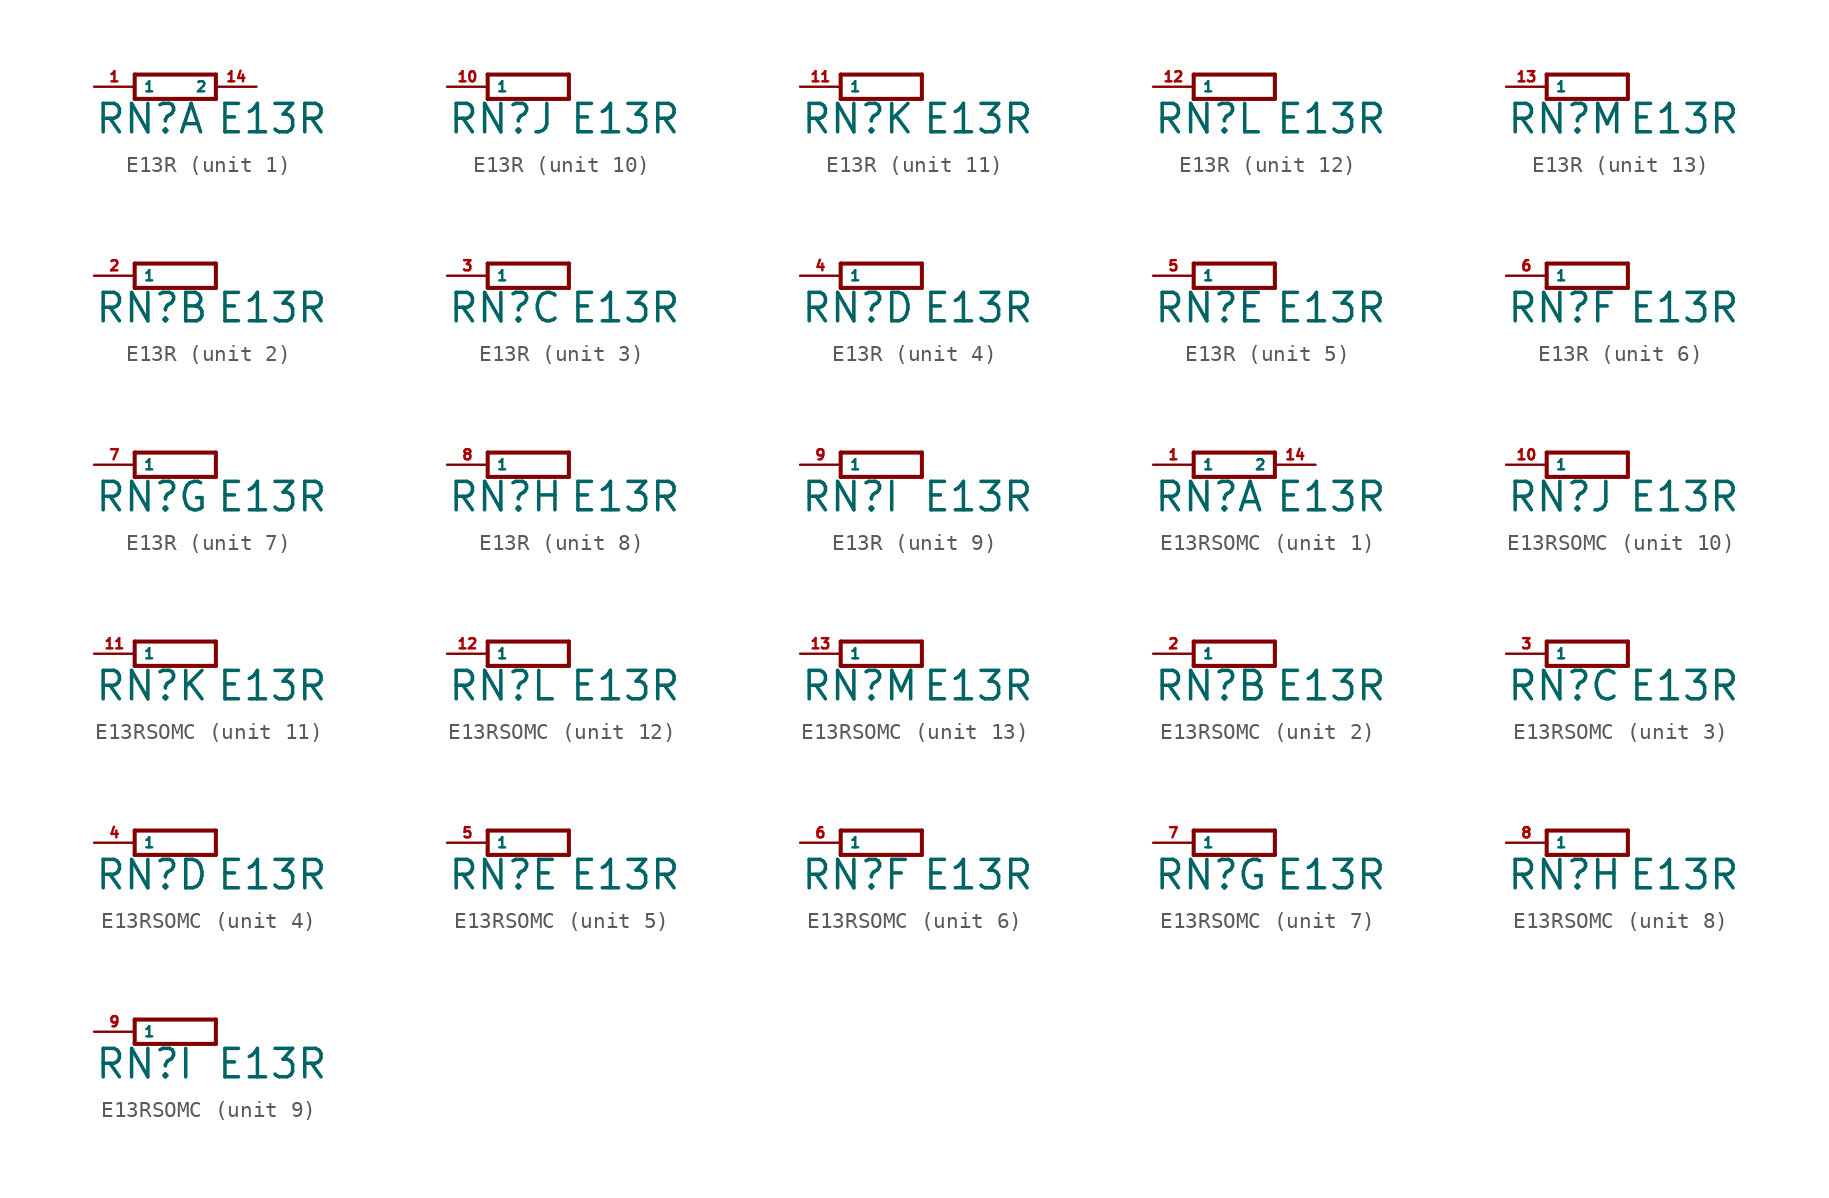
<source format=kicad_sym>
(kicad_symbol_lib
  (version 20220914)
  (generator Eagle2Kicad)
  (symbol "E13R"
    (property "Reference" "RN"
      (at -5.08 -3.048 0)
      (effects (font (size 1.778 1.778) (thickness 0.22)) (justify left bottom)))
    (property "Value" "E13R"
      (at 2.54 -3.048 0)
      (effects (font (size 1.778 1.778) (thickness 0.22)) (justify left bottom)))
    (symbol "E13R_1_0"
      (polyline (pts (xy -2.54 -0.762) (xy 2.54 -0.762)) (stroke (width 0.254) (type default)) (fill (type none)))
      (polyline (pts (xy 2.54 0.762) (xy -2.54 0.762)) (stroke (width 0.254) (type default)) (fill (type none)))
      (polyline (pts (xy 2.54 -0.762) (xy 2.54 0.762)) (stroke (width 0.254) (type default)) (fill (type none)))
      (polyline (pts (xy -2.54 0.762) (xy -2.54 -0.762)) (stroke (width 0.254) (type default)) (fill (type none)))
      (pin passive line (at -5.08 0 0) (length 2.54) (name "1" (effects (font (size 0.635 0.635) (thickness 0.08)) (justify left bottom))) (number "1" (effects (font (size 0.635 0.635) (thickness 0.08)) (justify left bottom))))
      (pin passive line (at 5.08 0 180) (length 2.54) (name "2" (effects (font (size 0.635 0.635) (thickness 0.08)) (justify left bottom))) (number "14" (effects (font (size 0.635 0.635) (thickness 0.08)) (justify left bottom)))))
    (symbol "E13R_2_0"
      (polyline (pts (xy -2.54 -0.762) (xy 2.54 -0.762)) (stroke (width 0.254) (type default)) (fill (type none)))
      (polyline (pts (xy 2.54 0.762) (xy -2.54 0.762)) (stroke (width 0.254) (type default)) (fill (type none)))
      (polyline (pts (xy 2.54 -0.762) (xy 2.54 0.762)) (stroke (width 0.254) (type default)) (fill (type none)))
      (polyline (pts (xy -2.54 0.762) (xy -2.54 -0.762)) (stroke (width 0.254) (type default)) (fill (type none)))
      (pin passive line (at -5.08 0 0) (length 2.54) (name "1" (effects (font (size 0.635 0.635) (thickness 0.08)) (justify left bottom))) (number "2" (effects (font (size 0.635 0.635) (thickness 0.08)) (justify left bottom)))))
    (symbol "E13R_3_0"
      (polyline (pts (xy -2.54 -0.762) (xy 2.54 -0.762)) (stroke (width 0.254) (type default)) (fill (type none)))
      (polyline (pts (xy 2.54 0.762) (xy -2.54 0.762)) (stroke (width 0.254) (type default)) (fill (type none)))
      (polyline (pts (xy 2.54 -0.762) (xy 2.54 0.762)) (stroke (width 0.254) (type default)) (fill (type none)))
      (polyline (pts (xy -2.54 0.762) (xy -2.54 -0.762)) (stroke (width 0.254) (type default)) (fill (type none)))
      (pin passive line (at -5.08 0 0) (length 2.54) (name "1" (effects (font (size 0.635 0.635) (thickness 0.08)) (justify left bottom))) (number "3" (effects (font (size 0.635 0.635) (thickness 0.08)) (justify left bottom)))))
    (symbol "E13R_4_0"
      (polyline (pts (xy -2.54 -0.762) (xy 2.54 -0.762)) (stroke (width 0.254) (type default)) (fill (type none)))
      (polyline (pts (xy 2.54 0.762) (xy -2.54 0.762)) (stroke (width 0.254) (type default)) (fill (type none)))
      (polyline (pts (xy 2.54 -0.762) (xy 2.54 0.762)) (stroke (width 0.254) (type default)) (fill (type none)))
      (polyline (pts (xy -2.54 0.762) (xy -2.54 -0.762)) (stroke (width 0.254) (type default)) (fill (type none)))
      (pin passive line (at -5.08 0 0) (length 2.54) (name "1" (effects (font (size 0.635 0.635) (thickness 0.08)) (justify left bottom))) (number "4" (effects (font (size 0.635 0.635) (thickness 0.08)) (justify left bottom)))))
    (symbol "E13R_5_0"
      (polyline (pts (xy -2.54 -0.762) (xy 2.54 -0.762)) (stroke (width 0.254) (type default)) (fill (type none)))
      (polyline (pts (xy 2.54 0.762) (xy -2.54 0.762)) (stroke (width 0.254) (type default)) (fill (type none)))
      (polyline (pts (xy 2.54 -0.762) (xy 2.54 0.762)) (stroke (width 0.254) (type default)) (fill (type none)))
      (polyline (pts (xy -2.54 0.762) (xy -2.54 -0.762)) (stroke (width 0.254) (type default)) (fill (type none)))
      (pin passive line (at -5.08 0 0) (length 2.54) (name "1" (effects (font (size 0.635 0.635) (thickness 0.08)) (justify left bottom))) (number "5" (effects (font (size 0.635 0.635) (thickness 0.08)) (justify left bottom)))))
    (symbol "E13R_6_0"
      (polyline (pts (xy -2.54 -0.762) (xy 2.54 -0.762)) (stroke (width 0.254) (type default)) (fill (type none)))
      (polyline (pts (xy 2.54 0.762) (xy -2.54 0.762)) (stroke (width 0.254) (type default)) (fill (type none)))
      (polyline (pts (xy 2.54 -0.762) (xy 2.54 0.762)) (stroke (width 0.254) (type default)) (fill (type none)))
      (polyline (pts (xy -2.54 0.762) (xy -2.54 -0.762)) (stroke (width 0.254) (type default)) (fill (type none)))
      (pin passive line (at -5.08 0 0) (length 2.54) (name "1" (effects (font (size 0.635 0.635) (thickness 0.08)) (justify left bottom))) (number "6" (effects (font (size 0.635 0.635) (thickness 0.08)) (justify left bottom)))))
    (symbol "E13R_7_0"
      (polyline (pts (xy -2.54 -0.762) (xy 2.54 -0.762)) (stroke (width 0.254) (type default)) (fill (type none)))
      (polyline (pts (xy 2.54 0.762) (xy -2.54 0.762)) (stroke (width 0.254) (type default)) (fill (type none)))
      (polyline (pts (xy 2.54 -0.762) (xy 2.54 0.762)) (stroke (width 0.254) (type default)) (fill (type none)))
      (polyline (pts (xy -2.54 0.762) (xy -2.54 -0.762)) (stroke (width 0.254) (type default)) (fill (type none)))
      (pin passive line (at -5.08 0 0) (length 2.54) (name "1" (effects (font (size 0.635 0.635) (thickness 0.08)) (justify left bottom))) (number "7" (effects (font (size 0.635 0.635) (thickness 0.08)) (justify left bottom)))))
    (symbol "E13R_8_0"
      (polyline (pts (xy -2.54 -0.762) (xy 2.54 -0.762)) (stroke (width 0.254) (type default)) (fill (type none)))
      (polyline (pts (xy 2.54 0.762) (xy -2.54 0.762)) (stroke (width 0.254) (type default)) (fill (type none)))
      (polyline (pts (xy 2.54 -0.762) (xy 2.54 0.762)) (stroke (width 0.254) (type default)) (fill (type none)))
      (polyline (pts (xy -2.54 0.762) (xy -2.54 -0.762)) (stroke (width 0.254) (type default)) (fill (type none)))
      (pin passive line (at -5.08 0 0) (length 2.54) (name "1" (effects (font (size 0.635 0.635) (thickness 0.08)) (justify left bottom))) (number "8" (effects (font (size 0.635 0.635) (thickness 0.08)) (justify left bottom)))))
    (symbol "E13R_9_0"
      (polyline (pts (xy -2.54 -0.762) (xy 2.54 -0.762)) (stroke (width 0.254) (type default)) (fill (type none)))
      (polyline (pts (xy 2.54 0.762) (xy -2.54 0.762)) (stroke (width 0.254) (type default)) (fill (type none)))
      (polyline (pts (xy 2.54 -0.762) (xy 2.54 0.762)) (stroke (width 0.254) (type default)) (fill (type none)))
      (polyline (pts (xy -2.54 0.762) (xy -2.54 -0.762)) (stroke (width 0.254) (type default)) (fill (type none)))
      (pin passive line (at -5.08 0 0) (length 2.54) (name "1" (effects (font (size 0.635 0.635) (thickness 0.08)) (justify left bottom))) (number "9" (effects (font (size 0.635 0.635) (thickness 0.08)) (justify left bottom)))))
    (symbol "E13R_10_0"
      (polyline (pts (xy -2.54 -0.762) (xy 2.54 -0.762)) (stroke (width 0.254) (type default)) (fill (type none)))
      (polyline (pts (xy 2.54 0.762) (xy -2.54 0.762)) (stroke (width 0.254) (type default)) (fill (type none)))
      (polyline (pts (xy 2.54 -0.762) (xy 2.54 0.762)) (stroke (width 0.254) (type default)) (fill (type none)))
      (polyline (pts (xy -2.54 0.762) (xy -2.54 -0.762)) (stroke (width 0.254) (type default)) (fill (type none)))
      (pin passive line (at -5.08 0 0) (length 2.54) (name "1" (effects (font (size 0.635 0.635) (thickness 0.08)) (justify left bottom))) (number "10" (effects (font (size 0.635 0.635) (thickness 0.08)) (justify left bottom)))))
    (symbol "E13R_11_0"
      (polyline (pts (xy -2.54 -0.762) (xy 2.54 -0.762)) (stroke (width 0.254) (type default)) (fill (type none)))
      (polyline (pts (xy 2.54 0.762) (xy -2.54 0.762)) (stroke (width 0.254) (type default)) (fill (type none)))
      (polyline (pts (xy 2.54 -0.762) (xy 2.54 0.762)) (stroke (width 0.254) (type default)) (fill (type none)))
      (polyline (pts (xy -2.54 0.762) (xy -2.54 -0.762)) (stroke (width 0.254) (type default)) (fill (type none)))
      (pin passive line (at -5.08 0 0) (length 2.54) (name "1" (effects (font (size 0.635 0.635) (thickness 0.08)) (justify left bottom))) (number "11" (effects (font (size 0.635 0.635) (thickness 0.08)) (justify left bottom)))))
    (symbol "E13R_12_0"
      (polyline (pts (xy -2.54 -0.762) (xy 2.54 -0.762)) (stroke (width 0.254) (type default)) (fill (type none)))
      (polyline (pts (xy 2.54 0.762) (xy -2.54 0.762)) (stroke (width 0.254) (type default)) (fill (type none)))
      (polyline (pts (xy 2.54 -0.762) (xy 2.54 0.762)) (stroke (width 0.254) (type default)) (fill (type none)))
      (polyline (pts (xy -2.54 0.762) (xy -2.54 -0.762)) (stroke (width 0.254) (type default)) (fill (type none)))
      (pin passive line (at -5.08 0 0) (length 2.54) (name "1" (effects (font (size 0.635 0.635) (thickness 0.08)) (justify left bottom))) (number "12" (effects (font (size 0.635 0.635) (thickness 0.08)) (justify left bottom)))))
    (symbol "E13R_13_0"
      (polyline (pts (xy -2.54 -0.762) (xy 2.54 -0.762)) (stroke (width 0.254) (type default)) (fill (type none)))
      (polyline (pts (xy 2.54 0.762) (xy -2.54 0.762)) (stroke (width 0.254) (type default)) (fill (type none)))
      (polyline (pts (xy 2.54 -0.762) (xy 2.54 0.762)) (stroke (width 0.254) (type default)) (fill (type none)))
      (polyline (pts (xy -2.54 0.762) (xy -2.54 -0.762)) (stroke (width 0.254) (type default)) (fill (type none)))
      (pin passive line (at -5.08 0 0) (length 2.54) (name "1" (effects (font (size 0.635 0.635) (thickness 0.08)) (justify left bottom))) (number "13" (effects (font (size 0.635 0.635) (thickness 0.08)) (justify left bottom))))))
  (symbol "E13RSOMC"
    (property "Reference" "RN"
      (at -5.08 -3.048 0)
      (effects (font (size 1.778 1.778) (thickness 0.22)) (justify left bottom)))
    (property "Value" "E13R"
      (at 2.54 -3.048 0)
      (effects (font (size 1.778 1.778) (thickness 0.22)) (justify left bottom)))
    (symbol "E13RSOMC_1_0"
      (polyline (pts (xy -2.54 -0.762) (xy 2.54 -0.762)) (stroke (width 0.254) (type default)) (fill (type none)))
      (polyline (pts (xy 2.54 0.762) (xy -2.54 0.762)) (stroke (width 0.254) (type default)) (fill (type none)))
      (polyline (pts (xy 2.54 -0.762) (xy 2.54 0.762)) (stroke (width 0.254) (type default)) (fill (type none)))
      (polyline (pts (xy -2.54 0.762) (xy -2.54 -0.762)) (stroke (width 0.254) (type default)) (fill (type none)))
      (pin passive line (at -5.08 0 0) (length 2.54) (name "1" (effects (font (size 0.635 0.635) (thickness 0.08)) (justify left bottom))) (number "1" (effects (font (size 0.635 0.635) (thickness 0.08)) (justify left bottom))))
      (pin passive line (at 5.08 0 180) (length 2.54) (name "2" (effects (font (size 0.635 0.635) (thickness 0.08)) (justify left bottom))) (number "14" (effects (font (size 0.635 0.635) (thickness 0.08)) (justify left bottom)))))
    (symbol "E13RSOMC_2_0"
      (polyline (pts (xy -2.54 -0.762) (xy 2.54 -0.762)) (stroke (width 0.254) (type default)) (fill (type none)))
      (polyline (pts (xy 2.54 0.762) (xy -2.54 0.762)) (stroke (width 0.254) (type default)) (fill (type none)))
      (polyline (pts (xy 2.54 -0.762) (xy 2.54 0.762)) (stroke (width 0.254) (type default)) (fill (type none)))
      (polyline (pts (xy -2.54 0.762) (xy -2.54 -0.762)) (stroke (width 0.254) (type default)) (fill (type none)))
      (pin passive line (at -5.08 0 0) (length 2.54) (name "1" (effects (font (size 0.635 0.635) (thickness 0.08)) (justify left bottom))) (number "2" (effects (font (size 0.635 0.635) (thickness 0.08)) (justify left bottom)))))
    (symbol "E13RSOMC_3_0"
      (polyline (pts (xy -2.54 -0.762) (xy 2.54 -0.762)) (stroke (width 0.254) (type default)) (fill (type none)))
      (polyline (pts (xy 2.54 0.762) (xy -2.54 0.762)) (stroke (width 0.254) (type default)) (fill (type none)))
      (polyline (pts (xy 2.54 -0.762) (xy 2.54 0.762)) (stroke (width 0.254) (type default)) (fill (type none)))
      (polyline (pts (xy -2.54 0.762) (xy -2.54 -0.762)) (stroke (width 0.254) (type default)) (fill (type none)))
      (pin passive line (at -5.08 0 0) (length 2.54) (name "1" (effects (font (size 0.635 0.635) (thickness 0.08)) (justify left bottom))) (number "3" (effects (font (size 0.635 0.635) (thickness 0.08)) (justify left bottom)))))
    (symbol "E13RSOMC_4_0"
      (polyline (pts (xy -2.54 -0.762) (xy 2.54 -0.762)) (stroke (width 0.254) (type default)) (fill (type none)))
      (polyline (pts (xy 2.54 0.762) (xy -2.54 0.762)) (stroke (width 0.254) (type default)) (fill (type none)))
      (polyline (pts (xy 2.54 -0.762) (xy 2.54 0.762)) (stroke (width 0.254) (type default)) (fill (type none)))
      (polyline (pts (xy -2.54 0.762) (xy -2.54 -0.762)) (stroke (width 0.254) (type default)) (fill (type none)))
      (pin passive line (at -5.08 0 0) (length 2.54) (name "1" (effects (font (size 0.635 0.635) (thickness 0.08)) (justify left bottom))) (number "4" (effects (font (size 0.635 0.635) (thickness 0.08)) (justify left bottom)))))
    (symbol "E13RSOMC_5_0"
      (polyline (pts (xy -2.54 -0.762) (xy 2.54 -0.762)) (stroke (width 0.254) (type default)) (fill (type none)))
      (polyline (pts (xy 2.54 0.762) (xy -2.54 0.762)) (stroke (width 0.254) (type default)) (fill (type none)))
      (polyline (pts (xy 2.54 -0.762) (xy 2.54 0.762)) (stroke (width 0.254) (type default)) (fill (type none)))
      (polyline (pts (xy -2.54 0.762) (xy -2.54 -0.762)) (stroke (width 0.254) (type default)) (fill (type none)))
      (pin passive line (at -5.08 0 0) (length 2.54) (name "1" (effects (font (size 0.635 0.635) (thickness 0.08)) (justify left bottom))) (number "5" (effects (font (size 0.635 0.635) (thickness 0.08)) (justify left bottom)))))
    (symbol "E13RSOMC_6_0"
      (polyline (pts (xy -2.54 -0.762) (xy 2.54 -0.762)) (stroke (width 0.254) (type default)) (fill (type none)))
      (polyline (pts (xy 2.54 0.762) (xy -2.54 0.762)) (stroke (width 0.254) (type default)) (fill (type none)))
      (polyline (pts (xy 2.54 -0.762) (xy 2.54 0.762)) (stroke (width 0.254) (type default)) (fill (type none)))
      (polyline (pts (xy -2.54 0.762) (xy -2.54 -0.762)) (stroke (width 0.254) (type default)) (fill (type none)))
      (pin passive line (at -5.08 0 0) (length 2.54) (name "1" (effects (font (size 0.635 0.635) (thickness 0.08)) (justify left bottom))) (number "6" (effects (font (size 0.635 0.635) (thickness 0.08)) (justify left bottom)))))
    (symbol "E13RSOMC_7_0"
      (polyline (pts (xy -2.54 -0.762) (xy 2.54 -0.762)) (stroke (width 0.254) (type default)) (fill (type none)))
      (polyline (pts (xy 2.54 0.762) (xy -2.54 0.762)) (stroke (width 0.254) (type default)) (fill (type none)))
      (polyline (pts (xy 2.54 -0.762) (xy 2.54 0.762)) (stroke (width 0.254) (type default)) (fill (type none)))
      (polyline (pts (xy -2.54 0.762) (xy -2.54 -0.762)) (stroke (width 0.254) (type default)) (fill (type none)))
      (pin passive line (at -5.08 0 0) (length 2.54) (name "1" (effects (font (size 0.635 0.635) (thickness 0.08)) (justify left bottom))) (number "7" (effects (font (size 0.635 0.635) (thickness 0.08)) (justify left bottom)))))
    (symbol "E13RSOMC_8_0"
      (polyline (pts (xy -2.54 -0.762) (xy 2.54 -0.762)) (stroke (width 0.254) (type default)) (fill (type none)))
      (polyline (pts (xy 2.54 0.762) (xy -2.54 0.762)) (stroke (width 0.254) (type default)) (fill (type none)))
      (polyline (pts (xy 2.54 -0.762) (xy 2.54 0.762)) (stroke (width 0.254) (type default)) (fill (type none)))
      (polyline (pts (xy -2.54 0.762) (xy -2.54 -0.762)) (stroke (width 0.254) (type default)) (fill (type none)))
      (pin passive line (at -5.08 0 0) (length 2.54) (name "1" (effects (font (size 0.635 0.635) (thickness 0.08)) (justify left bottom))) (number "8" (effects (font (size 0.635 0.635) (thickness 0.08)) (justify left bottom)))))
    (symbol "E13RSOMC_9_0"
      (polyline (pts (xy -2.54 -0.762) (xy 2.54 -0.762)) (stroke (width 0.254) (type default)) (fill (type none)))
      (polyline (pts (xy 2.54 0.762) (xy -2.54 0.762)) (stroke (width 0.254) (type default)) (fill (type none)))
      (polyline (pts (xy 2.54 -0.762) (xy 2.54 0.762)) (stroke (width 0.254) (type default)) (fill (type none)))
      (polyline (pts (xy -2.54 0.762) (xy -2.54 -0.762)) (stroke (width 0.254) (type default)) (fill (type none)))
      (pin passive line (at -5.08 0 0) (length 2.54) (name "1" (effects (font (size 0.635 0.635) (thickness 0.08)) (justify left bottom))) (number "9" (effects (font (size 0.635 0.635) (thickness 0.08)) (justify left bottom)))))
    (symbol "E13RSOMC_10_0"
      (polyline (pts (xy -2.54 -0.762) (xy 2.54 -0.762)) (stroke (width 0.254) (type default)) (fill (type none)))
      (polyline (pts (xy 2.54 0.762) (xy -2.54 0.762)) (stroke (width 0.254) (type default)) (fill (type none)))
      (polyline (pts (xy 2.54 -0.762) (xy 2.54 0.762)) (stroke (width 0.254) (type default)) (fill (type none)))
      (polyline (pts (xy -2.54 0.762) (xy -2.54 -0.762)) (stroke (width 0.254) (type default)) (fill (type none)))
      (pin passive line (at -5.08 0 0) (length 2.54) (name "1" (effects (font (size 0.635 0.635) (thickness 0.08)) (justify left bottom))) (number "10" (effects (font (size 0.635 0.635) (thickness 0.08)) (justify left bottom)))))
    (symbol "E13RSOMC_11_0"
      (polyline (pts (xy -2.54 -0.762) (xy 2.54 -0.762)) (stroke (width 0.254) (type default)) (fill (type none)))
      (polyline (pts (xy 2.54 0.762) (xy -2.54 0.762)) (stroke (width 0.254) (type default)) (fill (type none)))
      (polyline (pts (xy 2.54 -0.762) (xy 2.54 0.762)) (stroke (width 0.254) (type default)) (fill (type none)))
      (polyline (pts (xy -2.54 0.762) (xy -2.54 -0.762)) (stroke (width 0.254) (type default)) (fill (type none)))
      (pin passive line (at -5.08 0 0) (length 2.54) (name "1" (effects (font (size 0.635 0.635) (thickness 0.08)) (justify left bottom))) (number "11" (effects (font (size 0.635 0.635) (thickness 0.08)) (justify left bottom)))))
    (symbol "E13RSOMC_12_0"
      (polyline (pts (xy -2.54 -0.762) (xy 2.54 -0.762)) (stroke (width 0.254) (type default)) (fill (type none)))
      (polyline (pts (xy 2.54 0.762) (xy -2.54 0.762)) (stroke (width 0.254) (type default)) (fill (type none)))
      (polyline (pts (xy 2.54 -0.762) (xy 2.54 0.762)) (stroke (width 0.254) (type default)) (fill (type none)))
      (polyline (pts (xy -2.54 0.762) (xy -2.54 -0.762)) (stroke (width 0.254) (type default)) (fill (type none)))
      (pin passive line (at -5.08 0 0) (length 2.54) (name "1" (effects (font (size 0.635 0.635) (thickness 0.08)) (justify left bottom))) (number "12" (effects (font (size 0.635 0.635) (thickness 0.08)) (justify left bottom)))))
    (symbol "E13RSOMC_13_0"
      (polyline (pts (xy -2.54 -0.762) (xy 2.54 -0.762)) (stroke (width 0.254) (type default)) (fill (type none)))
      (polyline (pts (xy 2.54 0.762) (xy -2.54 0.762)) (stroke (width 0.254) (type default)) (fill (type none)))
      (polyline (pts (xy 2.54 -0.762) (xy 2.54 0.762)) (stroke (width 0.254) (type default)) (fill (type none)))
      (polyline (pts (xy -2.54 0.762) (xy -2.54 -0.762)) (stroke (width 0.254) (type default)) (fill (type none)))
      (pin passive line (at -5.08 0 0) (length 2.54) (name "1" (effects (font (size 0.635 0.635) (thickness 0.08)) (justify left bottom))) (number "13" (effects (font (size 0.635 0.635) (thickness 0.08)) (justify left bottom)))))))
</source>
